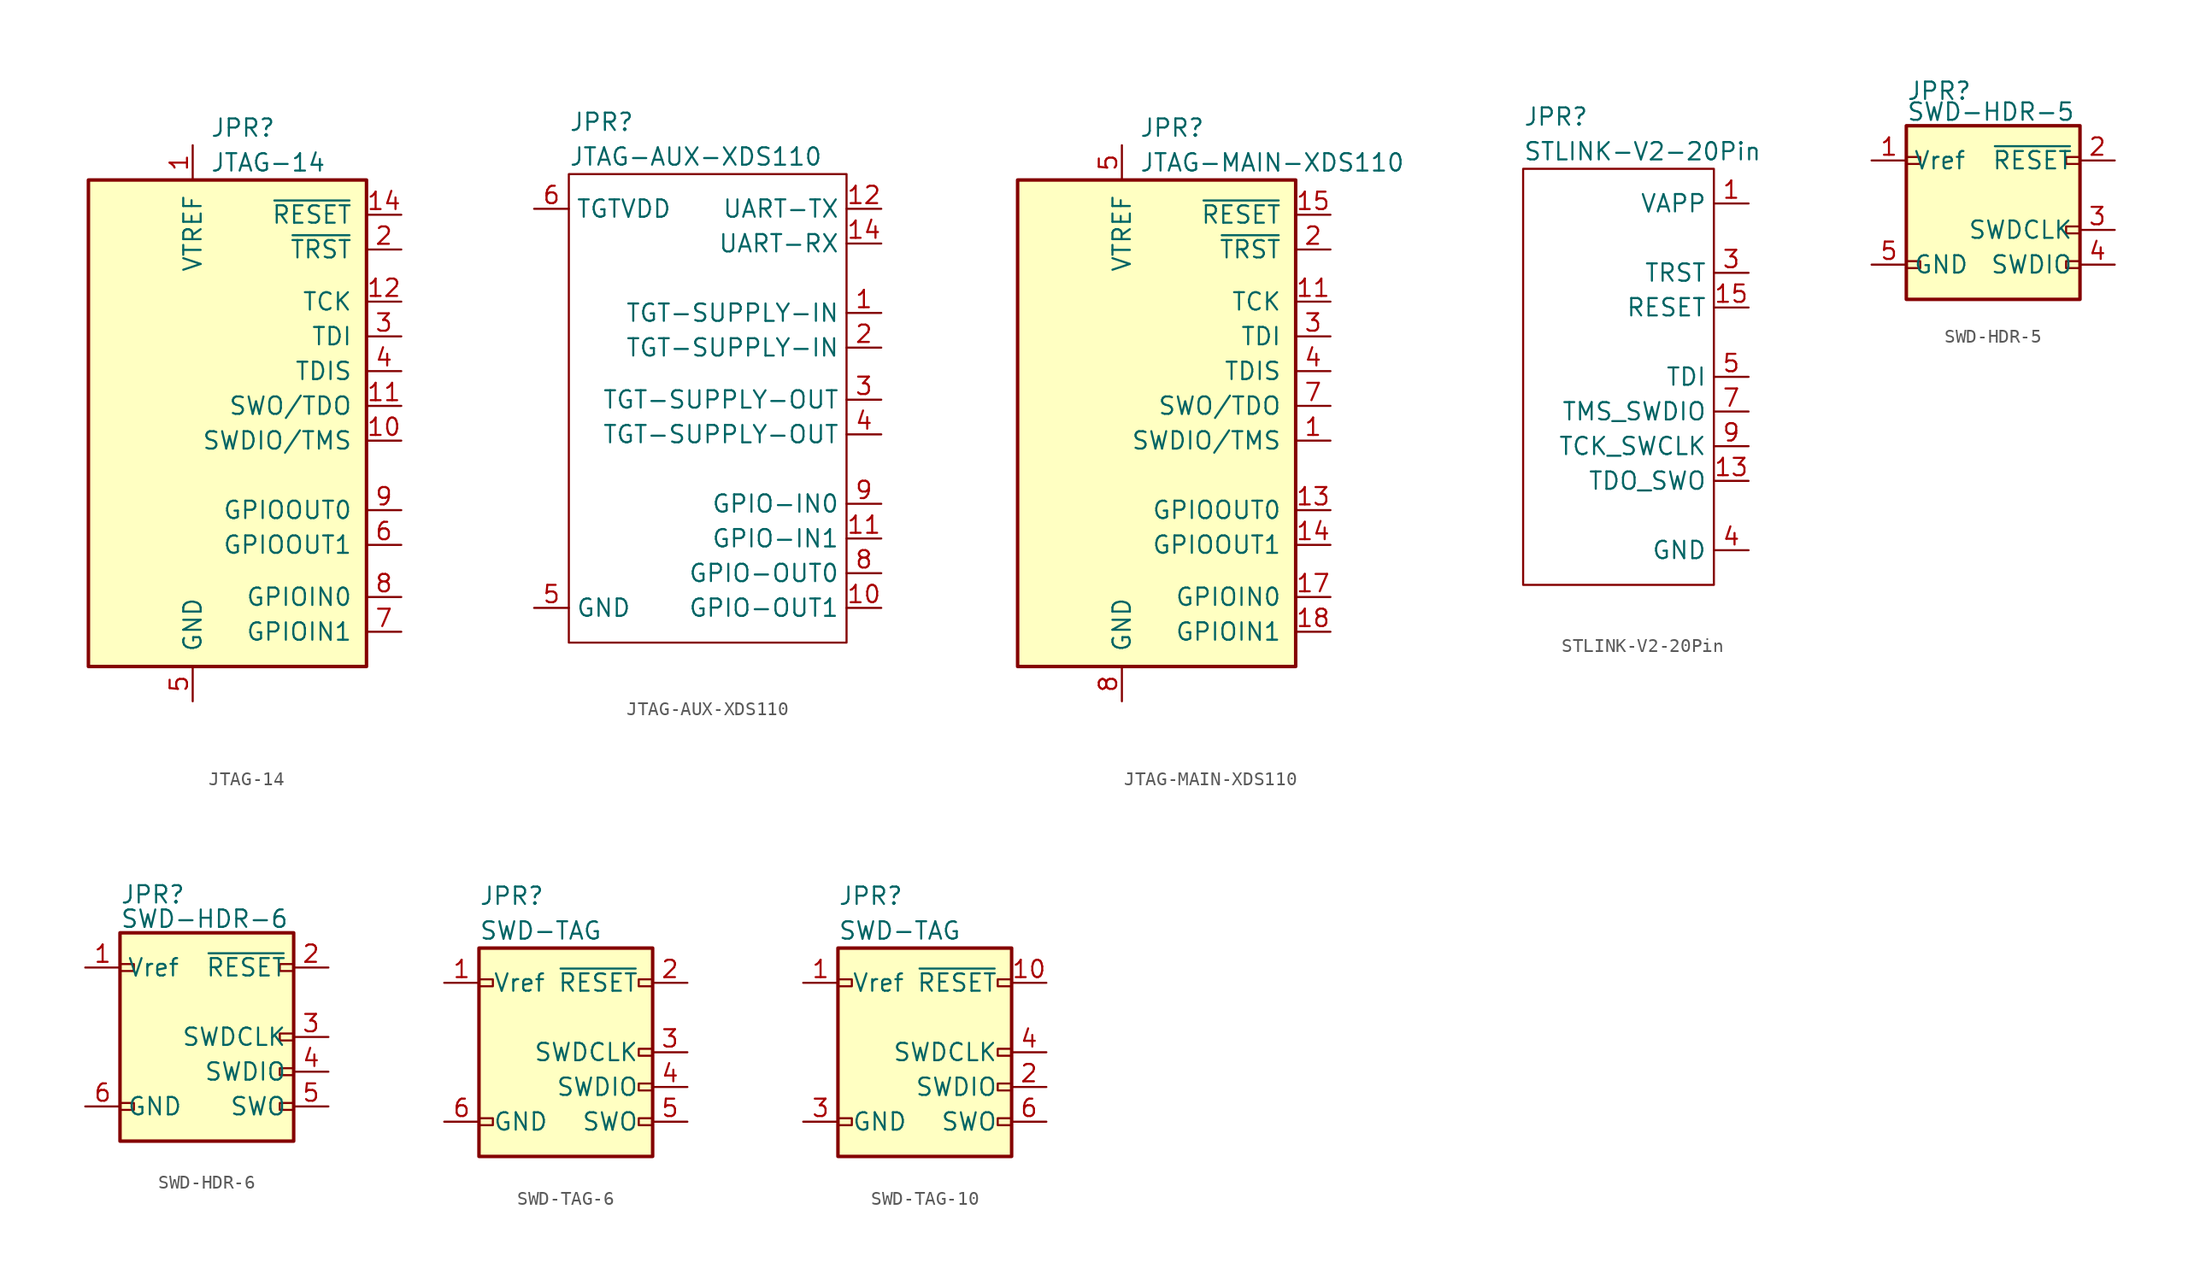
<source format=kicad_sym>
(kicad_symbol_lib
  (version 20231120)
  (generator "kicad_symbol_editor")
  (generator_version "8.0")
  (symbol "JTAG-14"
    (pin_names
      (offset 1.016))
    (property "Reference" "JPR"
      (at 1.27 21.59 0)
      (effects (font (size 1.27 1.27)) (justify left)))
    (property "Value" "JTAG-14"
      (at 1.27 19.05 0)
      (effects (font (size 1.27 1.27)) (justify left)))
    (symbol "JTAG-14_0_1"
      (rectangle (start -7.62 17.78) (end 12.7 -17.78) (stroke (width 0.254) (type default)) (fill (type background))))
    (symbol "JTAG-14_1_1"
      (pin power_in line (at 0 20.32 270) (length 2.54) (name "VTREF" (effects (font (size 1.27 1.27)))) (number "1" (effects (font (size 1.27 1.27)))))
      (pin bidirectional line (at 15.24 -1.27 180) (length 2.54) (name "SWDIO/TMS" (effects (font (size 1.27 1.27)))) (number "10" (effects (font (size 1.27 1.27)))))
      (pin output line (at 15.24 1.27 180) (length 2.54) (name "SWO/TDO" (effects (font (size 1.27 1.27)))) (number "11" (effects (font (size 1.27 1.27)))))
      (pin output line (at 15.24 8.89 180) (length 2.54) (name "TCK" (effects (font (size 1.27 1.27)))) (number "12" (effects (font (size 1.27 1.27)))))
      (pin power_in line (at 0 -20.32 90) (length 2.54) hide (name "GND" (effects (font (size 1.27 1.27)))) (number "13" (effects (font (size 1.27 1.27)))))
      (pin output line (at 15.24 15.24 180) (length 2.54) (name "~{RESET}" (effects (font (size 1.27 1.27)))) (number "14" (effects (font (size 1.27 1.27)))))
      (pin output line (at 15.24 12.7 180) (length 2.54) (name "~{TRST}" (effects (font (size 1.27 1.27)))) (number "2" (effects (font (size 1.27 1.27)))))
      (pin input line (at 15.24 6.35 180) (length 2.54) (name "TDI" (effects (font (size 1.27 1.27)))) (number "3" (effects (font (size 1.27 1.27)))))
      (pin input line (at 15.24 3.81 180) (length 2.54) (name "TDIS" (effects (font (size 1.27 1.27)))) (number "4" (effects (font (size 1.27 1.27)))))
      (pin power_in line (at 0 -20.32 90) (length 2.54) (name "GND" (effects (font (size 1.27 1.27)))) (number "5" (effects (font (size 1.27 1.27)))))
      (pin bidirectional line (at 15.24 -8.89 180) (length 2.54) (name "GPIOOUT1" (effects (font (size 1.27 1.27)))) (number "6" (effects (font (size 1.27 1.27)))))
      (pin bidirectional line (at 15.24 -15.24 180) (length 2.54) (name "GPIOIN1" (effects (font (size 1.27 1.27)))) (number "7" (effects (font (size 1.27 1.27)))))
      (pin bidirectional line (at 15.24 -12.7 180) (length 2.54) (name "GPIOIN0" (effects (font (size 1.27 1.27)))) (number "8" (effects (font (size 1.27 1.27)))))
      (pin bidirectional line (at 15.24 -6.35 180) (length 2.54) (name "GPIOOUT0" (effects (font (size 1.27 1.27)))) (number "9" (effects (font (size 1.27 1.27)))))))
  (symbol "JTAG-AUX-XDS110"
    (property "Reference" "JPR"
      (at -7.62 3.81 0)
      (effects (font (size 1.27 1.27)) (justify left)))
    (property "Value" "JTAG-AUX-XDS110"
      (at -7.62 1.27 0)
      (effects (font (size 1.27 1.27)) (justify left)))
    (symbol "JTAG-AUX-XDS110_0_0"
      (pin power_in line (at 15.24 -10.16 180) (length 2.54) (name "TGT-SUPPLY-IN" (effects (font (size 1.27 1.27)))) (number "1" (effects (font (size 1.27 1.27)))))
      (pin output line (at 15.24 -31.75 180) (length 2.54) (name "GPIO-OUT1" (effects (font (size 1.27 1.27)))) (number "10" (effects (font (size 1.27 1.27)))))
      (pin input line (at 15.24 -26.67 180) (length 2.54) (name "GPIO-IN1" (effects (font (size 1.27 1.27)))) (number "11" (effects (font (size 1.27 1.27)))))
      (pin output line (at 15.24 -2.54 180) (length 2.54) (name "UART-TX" (effects (font (size 1.27 1.27)))) (number "12" (effects (font (size 1.27 1.27)))))
      (pin power_in line (at -10.16 -31.75 0) (length 2.54) hide (name "GND" (effects (font (size 1.27 1.27)))) (number "13" (effects (font (size 1.27 1.27)))))
      (pin input line (at 15.24 -5.08 180) (length 2.54) (name "UART-RX" (effects (font (size 1.27 1.27)))) (number "14" (effects (font (size 1.27 1.27)))))
      (pin power_in line (at 15.24 -12.7 180) (length 2.54) (name "TGT-SUPPLY-IN" (effects (font (size 1.27 1.27)))) (number "2" (effects (font (size 1.27 1.27)))))
      (pin power_out line (at 15.24 -16.51 180) (length 2.54) (name "TGT-SUPPLY-OUT" (effects (font (size 1.27 1.27)))) (number "3" (effects (font (size 1.27 1.27)))))
      (pin power_out line (at 15.24 -19.05 180) (length 2.54) (name "TGT-SUPPLY-OUT" (effects (font (size 1.27 1.27)))) (number "4" (effects (font (size 1.27 1.27)))))
      (pin power_in line (at -10.16 -31.75 0) (length 2.54) (name "GND" (effects (font (size 1.27 1.27)))) (number "5" (effects (font (size 1.27 1.27)))))
      (pin power_in line (at -10.16 -2.54 0) (length 2.54) (name "TGTVDD" (effects (font (size 1.27 1.27)))) (number "6" (effects (font (size 1.27 1.27)))))
      (pin no_connect line (at -1.27 -27.94 90) (length 2.54) hide (name "KEY" (effects (font (size 1.27 1.27)))) (number "7" (effects (font (size 1.27 1.27)))))
      (pin output line (at 15.24 -29.21 180) (length 2.54) (name "GPIO-OUT0" (effects (font (size 1.27 1.27)))) (number "8" (effects (font (size 1.27 1.27)))))
      (pin input line (at 15.24 -24.13 180) (length 2.54) (name "GPIO-IN0" (effects (font (size 1.27 1.27)))) (number "9" (effects (font (size 1.27 1.27))))))
    (symbol "JTAG-AUX-XDS110_0_1"
      (rectangle (start -7.62 0) (end 12.7 -34.29) (stroke (width 0) (type default)) (fill (type none)))))
  (symbol "JTAG-MAIN-XDS110"
    (pin_names
      (offset 1.016))
    (property "Reference" "JPR"
      (at 1.27 21.59 0)
      (effects (font (size 1.27 1.27)) (justify left)))
    (property "Value" "JTAG-MAIN-XDS110"
      (at 1.27 19.05 0)
      (effects (font (size 1.27 1.27)) (justify left)))
    (symbol "JTAG-MAIN-XDS110_0_1"
      (rectangle (start -7.62 17.78) (end 12.7 -17.78) (stroke (width 0.254) (type default)) (fill (type background))))
    (symbol "JTAG-MAIN-XDS110_1_1"
      (pin bidirectional line (at 15.24 -1.27 180) (length 2.54) (name "SWDIO/TMS" (effects (font (size 1.27 1.27)))) (number "1" (effects (font (size 1.27 1.27)))))
      (pin power_in line (at 0 -20.32 90) (length 2.54) hide (name "GND" (effects (font (size 1.27 1.27)))) (number "10" (effects (font (size 1.27 1.27)))))
      (pin output line (at 15.24 8.89 180) (length 2.54) (name "TCK" (effects (font (size 1.27 1.27)))) (number "11" (effects (font (size 1.27 1.27)))))
      (pin power_in line (at 0 -20.32 90) (length 2.54) hide (name "GND" (effects (font (size 1.27 1.27)))) (number "12" (effects (font (size 1.27 1.27)))))
      (pin bidirectional line (at 15.24 -6.35 180) (length 2.54) (name "GPIOOUT0" (effects (font (size 1.27 1.27)))) (number "13" (effects (font (size 1.27 1.27)))))
      (pin bidirectional line (at 15.24 -8.89 180) (length 2.54) (name "GPIOOUT1" (effects (font (size 1.27 1.27)))) (number "14" (effects (font (size 1.27 1.27)))))
      (pin output line (at 15.24 15.24 180) (length 2.54) (name "~{RESET}" (effects (font (size 1.27 1.27)))) (number "15" (effects (font (size 1.27 1.27)))))
      (pin power_in line (at 0 -20.32 90) (length 2.54) hide (name "GND" (effects (font (size 1.27 1.27)))) (number "16" (effects (font (size 1.27 1.27)))))
      (pin bidirectional line (at 15.24 -12.7 180) (length 2.54) (name "GPIOIN0" (effects (font (size 1.27 1.27)))) (number "17" (effects (font (size 1.27 1.27)))))
      (pin bidirectional line (at 15.24 -15.24 180) (length 2.54) (name "GPIOIN1" (effects (font (size 1.27 1.27)))) (number "18" (effects (font (size 1.27 1.27)))))
      (pin no_connect line (at -5.08 -6.35 90) (length 2.54) hide (name "NC" (effects (font (size 1.27 1.27)))) (number "19" (effects (font (size 1.27 1.27)))))
      (pin output line (at 15.24 12.7 180) (length 2.54) (name "~{TRST}" (effects (font (size 1.27 1.27)))) (number "2" (effects (font (size 1.27 1.27)))))
      (pin power_in line (at 0 -20.32 90) (length 2.54) hide (name "GND" (effects (font (size 1.27 1.27)))) (number "20" (effects (font (size 1.27 1.27)))))
      (pin input line (at 15.24 6.35 180) (length 2.54) (name "TDI" (effects (font (size 1.27 1.27)))) (number "3" (effects (font (size 1.27 1.27)))))
      (pin input line (at 15.24 3.81 180) (length 2.54) (name "TDIS" (effects (font (size 1.27 1.27)))) (number "4" (effects (font (size 1.27 1.27)))))
      (pin power_in line (at 0 20.32 270) (length 2.54) (name "VTREF" (effects (font (size 1.27 1.27)))) (number "5" (effects (font (size 1.27 1.27)))))
      (pin bidirectional line (at -3.81 -3.81 270) (length 2.54) hide (name "KEY" (effects (font (size 1.27 1.27)))) (number "6" (effects (font (size 1.27 1.27)))))
      (pin output line (at 15.24 1.27 180) (length 2.54) (name "SWO/TDO" (effects (font (size 1.27 1.27)))) (number "7" (effects (font (size 1.27 1.27)))))
      (pin power_in line (at 0 -20.32 90) (length 2.54) (name "GND" (effects (font (size 1.27 1.27)))) (number "8" (effects (font (size 1.27 1.27)))))
      (pin no_connect line (at -5.08 -6.35 90) (length 2.54) hide (name "NC" (effects (font (size 1.27 1.27)))) (number "9" (effects (font (size 1.27 1.27)))))))
  (symbol "STLINK-V2-20Pin"
    (property "Reference" "JPR"
      (at 0 3.81 0)
      (effects (font (size 1.27 1.27)) (justify left)))
    (property "Value" "STLINK-V2-20Pin"
      (at 0 1.27 0)
      (effects (font (size 1.27 1.27)) (justify left)))
    (symbol "STLINK-V2-20Pin_0_0"
      (rectangle (start 13.97 0) (end 0 -30.48) (stroke (width 0) (type default)) (fill (type none)))
      (pin power_in line (at 16.51 -2.54 180) (length 2.54) (name "VAPP" (effects (font (size 1.27 1.27)))) (number "1" (effects (font (size 1.27 1.27)))))
      (pin power_in line (at 16.51 -27.94 180) (length 2.54) hide (name "GND" (effects (font (size 1.27 1.27)))) (number "10" (effects (font (size 1.27 1.27)))))
      (pin no_connect line (at 3.81 -10.16 270) (length 2.54) hide (name "NC" (effects (font (size 1.27 1.27)))) (number "11" (effects (font (size 1.27 1.27)))))
      (pin power_in line (at 16.51 -27.94 180) (length 2.54) hide (name "GND" (effects (font (size 1.27 1.27)))) (number "12" (effects (font (size 1.27 1.27)))))
      (pin bidirectional line (at 16.51 -22.86 180) (length 2.54) (name "TDO_SWO" (effects (font (size 1.27 1.27)))) (number "13" (effects (font (size 1.27 1.27)))) (alternate "JTDO" bidirectional line) (alternate "SWV" bidirectional line) (alternate "TRACESWO" bidirectional line))
      (pin power_in line (at 16.51 -27.94 180) (length 2.54) hide (name "GND" (effects (font (size 1.27 1.27)))) (number "14" (effects (font (size 1.27 1.27)))))
      (pin output line (at 16.51 -10.16 180) (length 2.54) (name "RESET" (effects (font (size 1.27 1.27)))) (number "15" (effects (font (size 1.27 1.27)))))
      (pin power_in line (at 16.51 -27.94 180) (length 2.54) hide (name "GND" (effects (font (size 1.27 1.27)))) (number "16" (effects (font (size 1.27 1.27)))))
      (pin no_connect line (at 3.81 -10.16 270) (length 2.54) hide (name "NC" (effects (font (size 1.27 1.27)))) (number "17" (effects (font (size 1.27 1.27)))))
      (pin power_in line (at 16.51 -27.94 180) (length 2.54) hide (name "GND" (effects (font (size 1.27 1.27)))) (number "18" (effects (font (size 1.27 1.27)))))
      (pin no_connect line (at 6.35 -10.16 270) (length 2.54) hide (name "VDD" (effects (font (size 1.27 1.27)))) (number "19" (effects (font (size 1.27 1.27)))))
      (pin power_in line (at 16.51 -2.54 180) (length 2.54) hide (name "VAPP" (effects (font (size 1.27 1.27)))) (number "2" (effects (font (size 1.27 1.27)))))
      (pin power_in line (at 16.51 -27.94 180) (length 2.54) hide (name "GND" (effects (font (size 1.27 1.27)))) (number "20" (effects (font (size 1.27 1.27)))))
      (pin output line (at 16.51 -7.62 180) (length 2.54) (name "TRST" (effects (font (size 1.27 1.27)))) (number "3" (effects (font (size 1.27 1.27)))) (alternate "GND" output line) (alternate "JNTRST" output line))
      (pin power_in line (at 16.51 -27.94 180) (length 2.54) (name "GND" (effects (font (size 1.27 1.27)))) (number "4" (effects (font (size 1.27 1.27)))))
      (pin bidirectional line (at 16.51 -15.24 180) (length 2.54) (name "TDI" (effects (font (size 1.27 1.27)))) (number "5" (effects (font (size 1.27 1.27)))) (alternate "GND" bidirectional line) (alternate "JTDI" bidirectional line))
      (pin power_in line (at 16.51 -27.94 180) (length 2.54) hide (name "GND" (effects (font (size 1.27 1.27)))) (number "6" (effects (font (size 1.27 1.27)))))
      (pin bidirectional line (at 16.51 -17.78 180) (length 2.54) (name "TMS_SWDIO" (effects (font (size 1.27 1.27)))) (number "7" (effects (font (size 1.27 1.27)))) (alternate "JTMS" bidirectional line) (alternate "SWDIO" bidirectional line))
      (pin power_in line (at 16.51 -27.94 180) (length 2.54) hide (name "GND" (effects (font (size 1.27 1.27)))) (number "8" (effects (font (size 1.27 1.27)))))
      (pin bidirectional line (at 16.51 -20.32 180) (length 2.54) (name "TCK_SWCLK" (effects (font (size 1.27 1.27)))) (number "9" (effects (font (size 1.27 1.27)))) (alternate "JTCK" bidirectional line) (alternate "SWCLK" bidirectional line))))
  (symbol "SWD-HDR-5"
    (property "Reference" "JPR"
      (at 0 2.54 0)
      (effects (font (size 1.27 1.27)) (justify left)))
    (property "Value" "SWD-HDR-5"
      (at 0 1.016 0)
      (effects (font (size 1.27 1.27)) (justify left)))
    (symbol "SWD-HDR-5_0_1"
      (rectangle (start 0 -9.906) (end 1.016 -10.414) (stroke (width 0) (type default)) (fill (type none)))
      (rectangle (start 0 -2.794) (end 1.016 -2.286) (stroke (width 0) (type default)) (fill (type none)))
      (rectangle (start 0 0) (end 12.7 -12.7) (stroke (width 0.254) (type default)) (fill (type background)))
      (rectangle (start 11.684 -7.874) (end 12.7 -7.366) (stroke (width 0) (type default)) (fill (type none)))
      (rectangle (start 12.7 -10.414) (end 11.684 -9.906) (stroke (width 0) (type default)) (fill (type none)))
      (rectangle (start 12.7 -2.286) (end 11.684 -2.794) (stroke (width 0) (type default)) (fill (type none))))
    (symbol "SWD-HDR-5_1_1"
      (pin power_in line (at -2.54 -2.54 0) (length 2.54) (name "Vref" (effects (font (size 1.27 1.27)))) (number "1" (effects (font (size 1.27 1.27)))))
      (pin open_collector line (at 15.24 -2.54 180) (length 2.54) (name "~{RESET}" (effects (font (size 1.27 1.27)))) (number "2" (effects (font (size 1.27 1.27)))))
      (pin output line (at 15.24 -7.62 180) (length 2.54) (name "SWDCLK" (effects (font (size 1.27 1.27)))) (number "3" (effects (font (size 1.27 1.27)))))
      (pin bidirectional line (at 15.24 -10.16 180) (length 2.54) (name "SWDIO" (effects (font (size 1.27 1.27)))) (number "4" (effects (font (size 1.27 1.27)))))
      (pin power_in line (at -2.54 -10.16 0) (length 2.54) (name "GND" (effects (font (size 1.27 1.27)))) (number "5" (effects (font (size 1.27 1.27)))))))
  (symbol "SWD-HDR-6"
    (property "Reference" "JPR"
      (at 0 2.794 0)
      (effects (font (size 1.27 1.27)) (justify left)))
    (property "Value" "SWD-HDR-6"
      (at 0 1.016 0)
      (effects (font (size 1.27 1.27)) (justify left)))
    (symbol "SWD-HDR-6_0_1"
      (rectangle (start 0 -12.446) (end 1.016 -12.954) (stroke (width 0) (type default)) (fill (type none)))
      (rectangle (start 0 -2.794) (end 1.016 -2.286) (stroke (width 0) (type default)) (fill (type none)))
      (rectangle (start 0 0) (end 12.7 -15.24) (stroke (width 0.254) (type default)) (fill (type background)))
      (rectangle (start 11.684 -7.874) (end 12.7 -7.366) (stroke (width 0) (type default)) (fill (type none)))
      (rectangle (start 12.7 -12.954) (end 11.684 -12.446) (stroke (width 0) (type default)) (fill (type none)))
      (rectangle (start 12.7 -10.414) (end 11.684 -9.906) (stroke (width 0) (type default)) (fill (type none)))
      (rectangle (start 12.7 -2.286) (end 11.684 -2.794) (stroke (width 0) (type default)) (fill (type none))))
    (symbol "SWD-HDR-6_1_1"
      (pin power_in line (at -2.54 -2.54 0) (length 2.54) (name "Vref" (effects (font (size 1.27 1.27)))) (number "1" (effects (font (size 1.27 1.27)))))
      (pin open_collector line (at 15.24 -2.54 180) (length 2.54) (name "~{RESET}" (effects (font (size 1.27 1.27)))) (number "2" (effects (font (size 1.27 1.27)))))
      (pin output line (at 15.24 -7.62 180) (length 2.54) (name "SWDCLK" (effects (font (size 1.27 1.27)))) (number "3" (effects (font (size 1.27 1.27)))))
      (pin bidirectional line (at 15.24 -10.16 180) (length 2.54) (name "SWDIO" (effects (font (size 1.27 1.27)))) (number "4" (effects (font (size 1.27 1.27)))))
      (pin input line (at 15.24 -12.7 180) (length 2.54) (name "SWO" (effects (font (size 1.27 1.27)))) (number "5" (effects (font (size 1.27 1.27)))))
      (pin power_in line (at -2.54 -12.7 0) (length 2.54) (name "GND" (effects (font (size 1.27 1.27)))) (number "6" (effects (font (size 1.27 1.27)))))))
  (symbol "SWD-TAG-6"
    (pin_names
      (offset 1.016))
    (property "Reference" "JPR"
      (at 0 3.81 0)
      (effects (font (size 1.27 1.27)) (justify left)))
    (property "Value" "SWD-TAG"
      (at 0 1.27 0)
      (effects (font (size 1.27 1.27)) (justify left)))
    (symbol "SWD-TAG-6_0_1"
      (rectangle (start 0 -12.446) (end 1.016 -12.954) (stroke (width 0) (type default)) (fill (type none)))
      (rectangle (start 0 -2.794) (end 1.016 -2.286) (stroke (width 0) (type default)) (fill (type none)))
      (rectangle (start 0 0) (end 12.7 -15.24) (stroke (width 0.254) (type default)) (fill (type background)))
      (rectangle (start 11.684 -7.874) (end 12.7 -7.366) (stroke (width 0) (type default)) (fill (type none)))
      (rectangle (start 12.7 -12.954) (end 11.684 -12.446) (stroke (width 0) (type default)) (fill (type none)))
      (rectangle (start 12.7 -10.414) (end 11.684 -9.906) (stroke (width 0) (type default)) (fill (type none)))
      (rectangle (start 12.7 -2.286) (end 11.684 -2.794) (stroke (width 0) (type default)) (fill (type none))))
    (symbol "SWD-TAG-6_1_1"
      (pin power_in line (at -2.54 -2.54 0) (length 2.54) (name "Vref" (effects (font (size 1.27 1.27)))) (number "1" (effects (font (size 1.27 1.27)))))
      (pin open_collector line (at 15.24 -2.54 180) (length 2.54) (name "~{RESET}" (effects (font (size 1.27 1.27)))) (number "2" (effects (font (size 1.27 1.27)))))
      (pin output line (at 15.24 -7.62 180) (length 2.54) (name "SWDCLK" (effects (font (size 1.27 1.27)))) (number "3" (effects (font (size 1.27 1.27)))))
      (pin bidirectional line (at 15.24 -10.16 180) (length 2.54) (name "SWDIO" (effects (font (size 1.27 1.27)))) (number "4" (effects (font (size 1.27 1.27)))))
      (pin input line (at 15.24 -12.7 180) (length 2.54) (name "SWO" (effects (font (size 1.27 1.27)))) (number "5" (effects (font (size 1.27 1.27)))))
      (pin power_in line (at -2.54 -12.7 0) (length 2.54) (name "GND" (effects (font (size 1.27 1.27)))) (number "6" (effects (font (size 1.27 1.27)))))))
  (symbol "SWD-TAG-10"
    (pin_names
      (offset 1.016))
    (property "Reference" "JPR"
      (at 0 3.81 0)
      (effects (font (size 1.27 1.27)) (justify left)))
    (property "Value" "SWD-TAG"
      (at 0 1.27 0)
      (effects (font (size 1.27 1.27)) (justify left)))
    (symbol "SWD-TAG-10_0_1"
      (rectangle (start 0 -12.446) (end 1.016 -12.954) (stroke (width 0) (type default)) (fill (type none)))
      (rectangle (start 0 -2.794) (end 1.016 -2.286) (stroke (width 0) (type default)) (fill (type none)))
      (rectangle (start 0 0) (end 12.7 -15.24) (stroke (width 0.254) (type default)) (fill (type background)))
      (rectangle (start 11.684 -7.874) (end 12.7 -7.366) (stroke (width 0) (type default)) (fill (type none)))
      (rectangle (start 12.7 -12.954) (end 11.684 -12.446) (stroke (width 0) (type default)) (fill (type none)))
      (rectangle (start 12.7 -10.414) (end 11.684 -9.906) (stroke (width 0) (type default)) (fill (type none)))
      (rectangle (start 12.7 -2.286) (end 11.684 -2.794) (stroke (width 0) (type default)) (fill (type none))))
    (symbol "SWD-TAG-10_1_1"
      (pin power_in line (at -2.54 -2.54 0) (length 2.54) (name "Vref" (effects (font (size 1.27 1.27)))) (number "1" (effects (font (size 1.27 1.27)))))
      (pin open_collector line (at 15.24 -2.54 180) (length 2.54) (name "~{RESET}" (effects (font (size 1.27 1.27)))) (number "10" (effects (font (size 1.27 1.27)))))
      (pin bidirectional line (at 15.24 -10.16 180) (length 2.54) (name "SWDIO" (effects (font (size 1.27 1.27)))) (number "2" (effects (font (size 1.27 1.27)))))
      (pin power_in line (at -2.54 -12.7 0) (length 2.54) (name "GND" (effects (font (size 1.27 1.27)))) (number "3" (effects (font (size 1.27 1.27)))))
      (pin output line (at 15.24 -7.62 180) (length 2.54) (name "SWDCLK" (effects (font (size 1.27 1.27)))) (number "4" (effects (font (size 1.27 1.27)))))
      (pin passive line (at -2.54 -12.7 0) (length 2.54) hide (name "GND" (effects (font (size 1.27 1.27)))) (number "5" (effects (font (size 1.27 1.27)))))
      (pin input line (at 15.24 -12.7 180) (length 2.54) (name "SWO" (effects (font (size 1.27 1.27)))) (number "6" (effects (font (size 1.27 1.27)))))
      (pin no_connect line (at -2.54 -6.35 0) (length 2.54) hide (name "NC" (effects (font (size 1.27 1.27)))) (number "7" (effects (font (size 1.27 1.27)))))
      (pin no_connect line (at -2.54 -7.62 0) (length 2.54) hide (name "NC" (effects (font (size 1.27 1.27)))) (number "8" (effects (font (size 1.27 1.27)))))
      (pin passive line (at -2.54 -12.7 0) (length 2.54) hide (name "GNDDetect" (effects (font (size 1.27 1.27)))) (number "9" (effects (font (size 1.27 1.27))))))))
</source>
